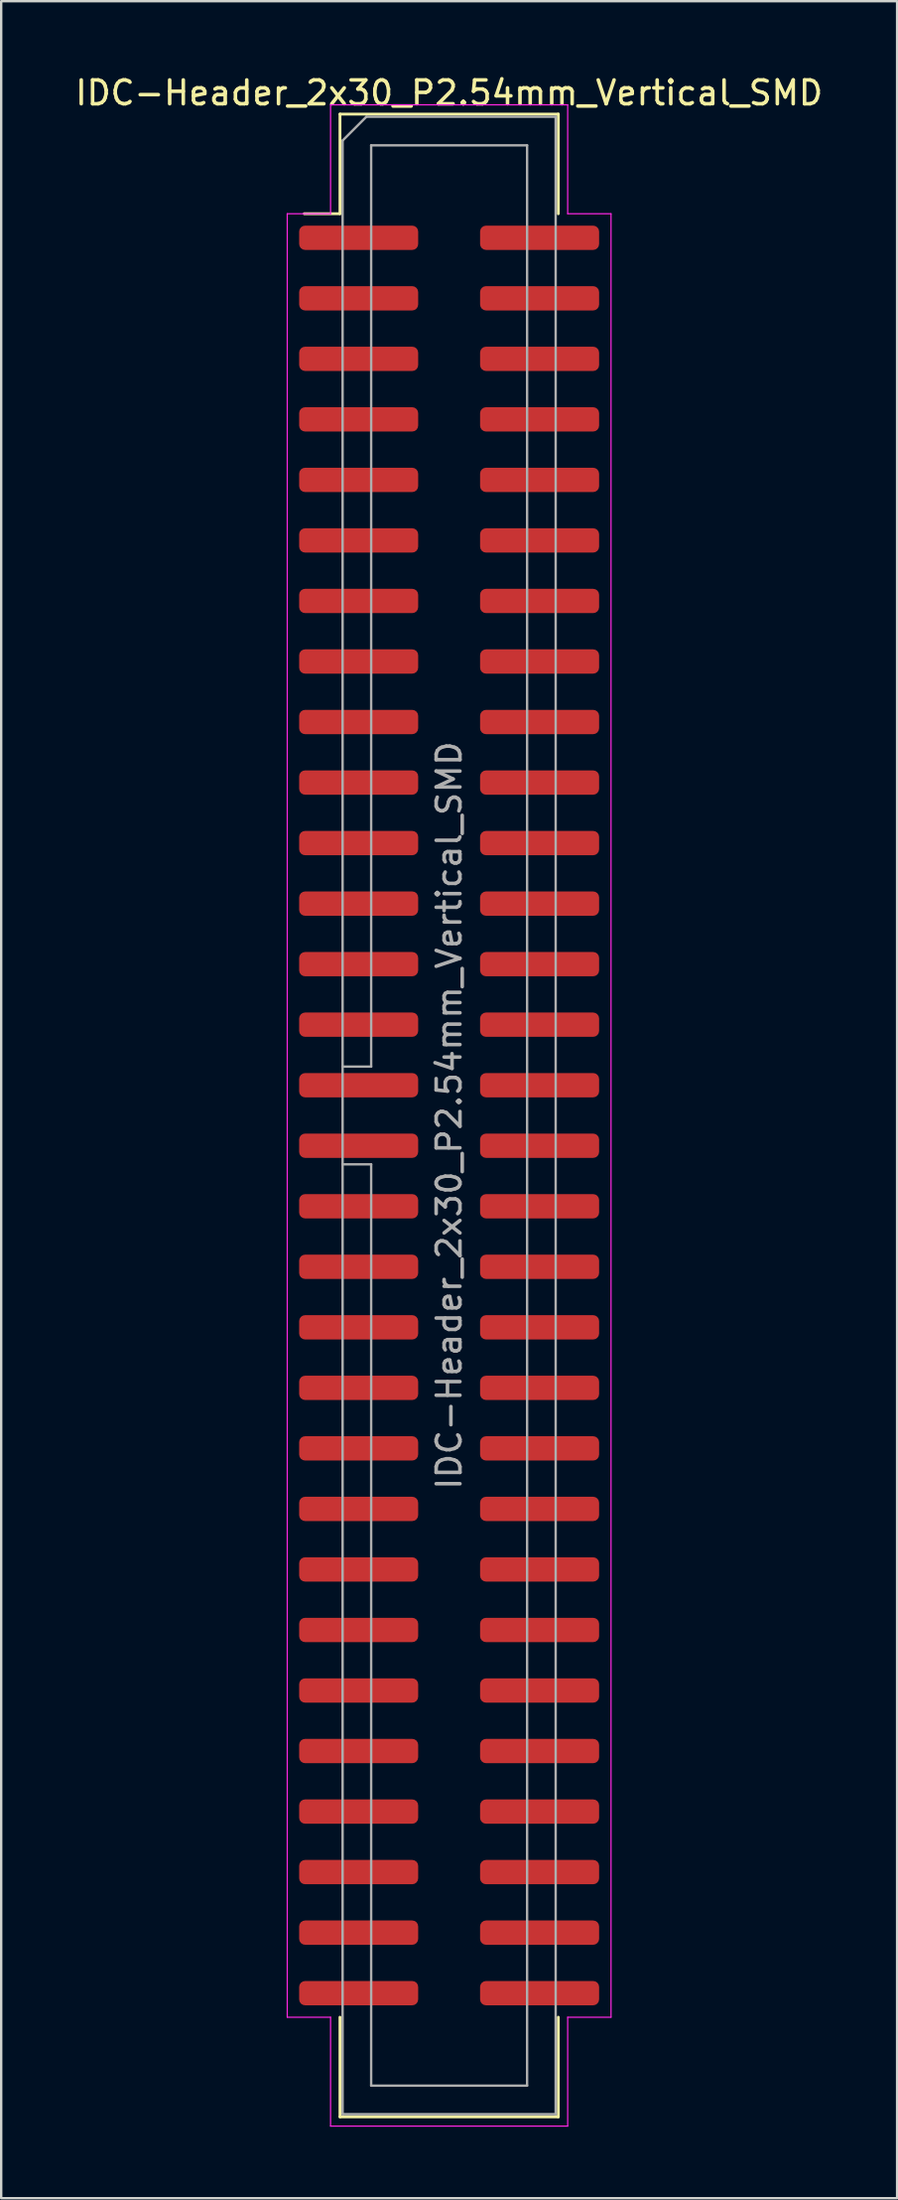
<source format=kicad_pcb>
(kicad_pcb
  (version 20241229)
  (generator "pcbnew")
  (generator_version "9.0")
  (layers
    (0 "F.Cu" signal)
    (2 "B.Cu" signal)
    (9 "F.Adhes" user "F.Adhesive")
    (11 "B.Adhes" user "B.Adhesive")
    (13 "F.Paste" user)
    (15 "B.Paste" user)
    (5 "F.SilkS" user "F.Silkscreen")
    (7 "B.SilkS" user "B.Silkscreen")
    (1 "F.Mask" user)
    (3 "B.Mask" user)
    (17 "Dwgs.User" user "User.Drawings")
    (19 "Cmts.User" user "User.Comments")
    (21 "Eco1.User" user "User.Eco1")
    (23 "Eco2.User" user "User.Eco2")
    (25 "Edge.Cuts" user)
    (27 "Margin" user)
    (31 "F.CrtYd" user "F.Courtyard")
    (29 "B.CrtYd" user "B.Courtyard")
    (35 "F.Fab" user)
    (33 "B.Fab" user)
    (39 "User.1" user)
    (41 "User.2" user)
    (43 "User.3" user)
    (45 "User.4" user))
  (footprint "IDC-Header_2x30_P2.54mm_Vertical_SMD"
    (layer "F.Cu")
    (at 15.815 43.758)
    (property "Reference" "IDC-Header_2x30_P2.54mm_Vertical_SMD" (at 0 -42.91 0) (layer "F.SilkS") (effects (font (size 1 1) (thickness 0.15))))
    (attr smd)
    (fp_line (start -4.585 -42.02) (end 4.585 -42.02) (stroke (width 0.12) (type solid)) (layer "F.SilkS"))
    (fp_line (start -4.585 -37.84) (end -6.085 -37.84) (stroke (width 0.12) (type solid)) (layer "F.SilkS"))
    (fp_line (start -4.585 -37.84) (end -4.585 -42.02) (stroke (width 0.12) (type solid)) (layer "F.SilkS"))
    (fp_line (start -4.585 37.84) (end -4.585 42.02) (stroke (width 0.12) (type solid)) (layer "F.SilkS"))
    (fp_line (start -4.585 42.02) (end 4.585 42.02) (stroke (width 0.12) (type solid)) (layer "F.SilkS"))
    (fp_line (start 4.585 -42.02) (end 4.585 -37.84) (stroke (width 0.12) (type solid)) (layer "F.SilkS"))
    (fp_line (start 4.585 42.02) (end 4.585 37.84) (stroke (width 0.12) (type solid)) (layer "F.SilkS"))
    (fp_line (start -6.8 -37.84) (end -6.8 37.84) (stroke (width 0.05) (type solid)) (layer "F.CrtYd"))
    (fp_line (start -6.8 37.84) (end -4.98 37.84) (stroke (width 0.05) (type solid)) (layer "F.CrtYd"))
    (fp_line (start -4.98 -42.41) (end -4.98 -37.84) (stroke (width 0.05) (type solid)) (layer "F.CrtYd"))
    (fp_line (start -4.98 -37.84) (end -6.8 -37.84) (stroke (width 0.05) (type solid)) (layer "F.CrtYd"))
    (fp_line (start -4.98 37.84) (end -4.98 42.41) (stroke (width 0.05) (type solid)) (layer "F.CrtYd"))
    (fp_line (start -4.98 42.41) (end 4.98 42.41) (stroke (width 0.05) (type solid)) (layer "F.CrtYd"))
    (fp_line (start 4.98 -42.41) (end -4.98 -42.41) (stroke (width 0.05) (type solid)) (layer "F.CrtYd"))
    (fp_line (start 4.98 -37.84) (end 4.98 -42.41) (stroke (width 0.05) (type solid)) (layer "F.CrtYd"))
    (fp_line (start 4.98 37.84) (end 6.8 37.84) (stroke (width 0.05) (type solid)) (layer "F.CrtYd"))
    (fp_line (start 4.98 42.41) (end 4.98 37.84) (stroke (width 0.05) (type solid)) (layer "F.CrtYd"))
    (fp_line (start 6.8 -37.84) (end 4.98 -37.84) (stroke (width 0.05) (type solid)) (layer "F.CrtYd"))
    (fp_line (start 6.8 37.84) (end 6.8 -37.84) (stroke (width 0.05) (type solid)) (layer "F.CrtYd"))
    (fp_line (start -4.475 -40.91) (end -3.475 -41.91) (stroke (width 0.1) (type solid)) (layer "F.Fab"))
    (fp_line (start -4.475 -2.05) (end -3.275 -2.05) (stroke (width 0.1) (type solid)) (layer "F.Fab"))
    (fp_line (start -4.475 41.91) (end -4.475 -40.91) (stroke (width 0.1) (type solid)) (layer "F.Fab"))
    (fp_line (start -3.475 -41.91) (end 4.475 -41.91) (stroke (width 0.1) (type solid)) (layer "F.Fab"))
    (fp_line (start -3.275 -40.71) (end 3.275 -40.71) (stroke (width 0.1) (type solid)) (layer "F.Fab"))
    (fp_line (start -3.275 -2.05) (end -3.275 -40.71) (stroke (width 0.1) (type solid)) (layer "F.Fab"))
    (fp_line (start -3.275 2.05) (end -4.475 2.05) (stroke (width 0.1) (type solid)) (layer "F.Fab"))
    (fp_line (start -3.275 40.71) (end -3.275 2.05) (stroke (width 0.1) (type solid)) (layer "F.Fab"))
    (fp_line (start 3.275 -40.71) (end 3.275 40.71) (stroke (width 0.1) (type solid)) (layer "F.Fab"))
    (fp_line (start 3.275 40.71) (end -3.275 40.71) (stroke (width 0.1) (type solid)) (layer "F.Fab"))
    (fp_line (start 4.475 -41.91) (end 4.475 41.91) (stroke (width 0.1) (type solid)) (layer "F.Fab"))
    (fp_line (start 4.475 41.91) (end -4.475 41.91) (stroke (width 0.1) (type solid)) (layer "F.Fab"))
    (fp_text user "${REFERENCE}" (at 0 0 90) (layer "F.Fab") (effects (font (size 1 1) (thickness 0.15))))
    (pad "1" smd roundrect (at -3.8 -36.83) (size 5 1.02) (layers "F.Cu" "F.Mask" "F.Paste") (roundrect_rratio 0.245))
    (pad "2" smd roundrect (at 3.8 -36.83) (size 5 1.02) (layers "F.Cu" "F.Mask" "F.Paste") (roundrect_rratio 0.245))
    (pad "3" smd roundrect (at -3.8 -34.29) (size 5 1.02) (layers "F.Cu" "F.Mask" "F.Paste") (roundrect_rratio 0.245))
    (pad "4" smd roundrect (at 3.8 -34.29) (size 5 1.02) (layers "F.Cu" "F.Mask" "F.Paste") (roundrect_rratio 0.245))
    (pad "5" smd roundrect (at -3.8 -31.75) (size 5 1.02) (layers "F.Cu" "F.Mask" "F.Paste") (roundrect_rratio 0.245))
    (pad "6" smd roundrect (at 3.8 -31.75) (size 5 1.02) (layers "F.Cu" "F.Mask" "F.Paste") (roundrect_rratio 0.245))
    (pad "7" smd roundrect (at -3.8 -29.21) (size 5 1.02) (layers "F.Cu" "F.Mask" "F.Paste") (roundrect_rratio 0.245))
    (pad "8" smd roundrect (at 3.8 -29.21) (size 5 1.02) (layers "F.Cu" "F.Mask" "F.Paste") (roundrect_rratio 0.245))
    (pad "9" smd roundrect (at -3.8 -26.67) (size 5 1.02) (layers "F.Cu" "F.Mask" "F.Paste") (roundrect_rratio 0.245))
    (pad "10" smd roundrect (at 3.8 -26.67) (size 5 1.02) (layers "F.Cu" "F.Mask" "F.Paste") (roundrect_rratio 0.245))
    (pad "11" smd roundrect (at -3.8 -24.13) (size 5 1.02) (layers "F.Cu" "F.Mask" "F.Paste") (roundrect_rratio 0.245))
    (pad "12" smd roundrect (at 3.8 -24.13) (size 5 1.02) (layers "F.Cu" "F.Mask" "F.Paste") (roundrect_rratio 0.245))
    (pad "13" smd roundrect (at -3.8 -21.59) (size 5 1.02) (layers "F.Cu" "F.Mask" "F.Paste") (roundrect_rratio 0.245))
    (pad "14" smd roundrect (at 3.8 -21.59) (size 5 1.02) (layers "F.Cu" "F.Mask" "F.Paste") (roundrect_rratio 0.245))
    (pad "15" smd roundrect (at -3.8 -19.05) (size 5 1.02) (layers "F.Cu" "F.Mask" "F.Paste") (roundrect_rratio 0.245))
    (pad "16" smd roundrect (at 3.8 -19.05) (size 5 1.02) (layers "F.Cu" "F.Mask" "F.Paste") (roundrect_rratio 0.245))
    (pad "17" smd roundrect (at -3.8 -16.51) (size 5 1.02) (layers "F.Cu" "F.Mask" "F.Paste") (roundrect_rratio 0.245))
    (pad "18" smd roundrect (at 3.8 -16.51) (size 5 1.02) (layers "F.Cu" "F.Mask" "F.Paste") (roundrect_rratio 0.245))
    (pad "19" smd roundrect (at -3.8 -13.97) (size 5 1.02) (layers "F.Cu" "F.Mask" "F.Paste") (roundrect_rratio 0.245))
    (pad "20" smd roundrect (at 3.8 -13.97) (size 5 1.02) (layers "F.Cu" "F.Mask" "F.Paste") (roundrect_rratio 0.245))
    (pad "21" smd roundrect (at -3.8 -11.43) (size 5 1.02) (layers "F.Cu" "F.Mask" "F.Paste") (roundrect_rratio 0.245))
    (pad "22" smd roundrect (at 3.8 -11.43) (size 5 1.02) (layers "F.Cu" "F.Mask" "F.Paste") (roundrect_rratio 0.245))
    (pad "23" smd roundrect (at -3.8 -8.89) (size 5 1.02) (layers "F.Cu" "F.Mask" "F.Paste") (roundrect_rratio 0.245))
    (pad "24" smd roundrect (at 3.8 -8.89) (size 5 1.02) (layers "F.Cu" "F.Mask" "F.Paste") (roundrect_rratio 0.245))
    (pad "25" smd roundrect (at -3.8 -6.35) (size 5 1.02) (layers "F.Cu" "F.Mask" "F.Paste") (roundrect_rratio 0.245))
    (pad "26" smd roundrect (at 3.8 -6.35) (size 5 1.02) (layers "F.Cu" "F.Mask" "F.Paste") (roundrect_rratio 0.245))
    (pad "27" smd roundrect (at -3.8 -3.81) (size 5 1.02) (layers "F.Cu" "F.Mask" "F.Paste") (roundrect_rratio 0.245))
    (pad "28" smd roundrect (at 3.8 -3.81) (size 5 1.02) (layers "F.Cu" "F.Mask" "F.Paste") (roundrect_rratio 0.245))
    (pad "29" smd roundrect (at -3.8 -1.27) (size 5 1.02) (layers "F.Cu" "F.Mask" "F.Paste") (roundrect_rratio 0.245))
    (pad "30" smd roundrect (at 3.8 -1.27) (size 5 1.02) (layers "F.Cu" "F.Mask" "F.Paste") (roundrect_rratio 0.245))
    (pad "31" smd roundrect (at -3.8 1.27) (size 5 1.02) (layers "F.Cu" "F.Mask" "F.Paste") (roundrect_rratio 0.245))
    (pad "32" smd roundrect (at 3.8 1.27) (size 5 1.02) (layers "F.Cu" "F.Mask" "F.Paste") (roundrect_rratio 0.245))
    (pad "33" smd roundrect (at -3.8 3.81) (size 5 1.02) (layers "F.Cu" "F.Mask" "F.Paste") (roundrect_rratio 0.245))
    (pad "34" smd roundrect (at 3.8 3.81) (size 5 1.02) (layers "F.Cu" "F.Mask" "F.Paste") (roundrect_rratio 0.245))
    (pad "35" smd roundrect (at -3.8 6.35) (size 5 1.02) (layers "F.Cu" "F.Mask" "F.Paste") (roundrect_rratio 0.245))
    (pad "36" smd roundrect (at 3.8 6.35) (size 5 1.02) (layers "F.Cu" "F.Mask" "F.Paste") (roundrect_rratio 0.245))
    (pad "37" smd roundrect (at -3.8 8.89) (size 5 1.02) (layers "F.Cu" "F.Mask" "F.Paste") (roundrect_rratio 0.245))
    (pad "38" smd roundrect (at 3.8 8.89) (size 5 1.02) (layers "F.Cu" "F.Mask" "F.Paste") (roundrect_rratio 0.245))
    (pad "39" smd roundrect (at -3.8 11.43) (size 5 1.02) (layers "F.Cu" "F.Mask" "F.Paste") (roundrect_rratio 0.245))
    (pad "40" smd roundrect (at 3.8 11.43) (size 5 1.02) (layers "F.Cu" "F.Mask" "F.Paste") (roundrect_rratio 0.245))
    (pad "41" smd roundrect (at -3.8 13.97) (size 5 1.02) (layers "F.Cu" "F.Mask" "F.Paste") (roundrect_rratio 0.245))
    (pad "42" smd roundrect (at 3.8 13.97) (size 5 1.02) (layers "F.Cu" "F.Mask" "F.Paste") (roundrect_rratio 0.245))
    (pad "43" smd roundrect (at -3.8 16.51) (size 5 1.02) (layers "F.Cu" "F.Mask" "F.Paste") (roundrect_rratio 0.245))
    (pad "44" smd roundrect (at 3.8 16.51) (size 5 1.02) (layers "F.Cu" "F.Mask" "F.Paste") (roundrect_rratio 0.245))
    (pad "45" smd roundrect (at -3.8 19.05) (size 5 1.02) (layers "F.Cu" "F.Mask" "F.Paste") (roundrect_rratio 0.245))
    (pad "46" smd roundrect (at 3.8 19.05) (size 5 1.02) (layers "F.Cu" "F.Mask" "F.Paste") (roundrect_rratio 0.245))
    (pad "47" smd roundrect (at -3.8 21.59) (size 5 1.02) (layers "F.Cu" "F.Mask" "F.Paste") (roundrect_rratio 0.245))
    (pad "48" smd roundrect (at 3.8 21.59) (size 5 1.02) (layers "F.Cu" "F.Mask" "F.Paste") (roundrect_rratio 0.245))
    (pad "49" smd roundrect (at -3.8 24.13) (size 5 1.02) (layers "F.Cu" "F.Mask" "F.Paste") (roundrect_rratio 0.245))
    (pad "50" smd roundrect (at 3.8 24.13) (size 5 1.02) (layers "F.Cu" "F.Mask" "F.Paste") (roundrect_rratio 0.245))
    (pad "51" smd roundrect (at -3.8 26.67) (size 5 1.02) (layers "F.Cu" "F.Mask" "F.Paste") (roundrect_rratio 0.245))
    (pad "52" smd roundrect (at 3.8 26.67) (size 5 1.02) (layers "F.Cu" "F.Mask" "F.Paste") (roundrect_rratio 0.245))
    (pad "53" smd roundrect (at -3.8 29.21) (size 5 1.02) (layers "F.Cu" "F.Mask" "F.Paste") (roundrect_rratio 0.245))
    (pad "54" smd roundrect (at 3.8 29.21) (size 5 1.02) (layers "F.Cu" "F.Mask" "F.Paste") (roundrect_rratio 0.245))
    (pad "55" smd roundrect (at -3.8 31.75) (size 5 1.02) (layers "F.Cu" "F.Mask" "F.Paste") (roundrect_rratio 0.245))
    (pad "56" smd roundrect (at 3.8 31.75) (size 5 1.02) (layers "F.Cu" "F.Mask" "F.Paste") (roundrect_rratio 0.245))
    (pad "57" smd roundrect (at -3.8 34.29) (size 5 1.02) (layers "F.Cu" "F.Mask" "F.Paste") (roundrect_rratio 0.245))
    (pad "58" smd roundrect (at 3.8 34.29) (size 5 1.02) (layers "F.Cu" "F.Mask" "F.Paste") (roundrect_rratio 0.245))
    (pad "59" smd roundrect (at -3.8 36.83) (size 5 1.02) (layers "F.Cu" "F.Mask" "F.Paste") (roundrect_rratio 0.245))
    (pad "60" smd roundrect (at 3.8 36.83) (size 5 1.02) (layers "F.Cu" "F.Mask" "F.Paste") (roundrect_rratio 0.245)))
  (gr_rect
    (start -3 -3)
    (end 34.631 89.193)
    (stroke (width 0.1) (type default))
    (fill no)
    (layer "Edge.Cuts")))
</source>
